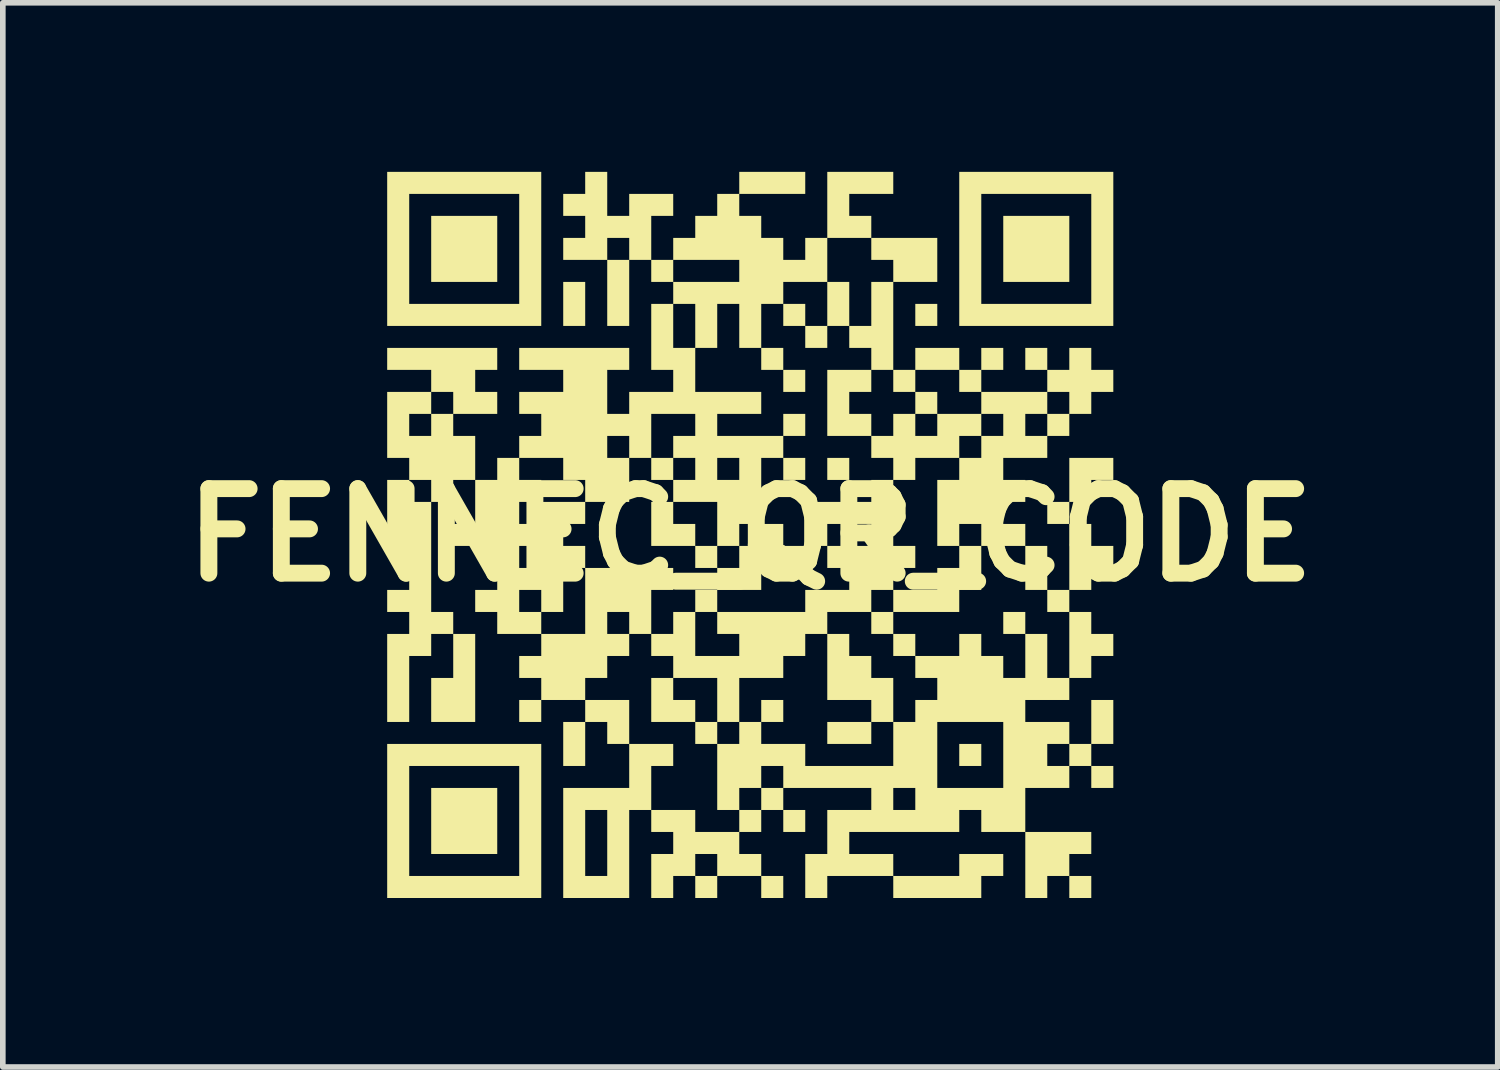
<source format=kicad_pcb>
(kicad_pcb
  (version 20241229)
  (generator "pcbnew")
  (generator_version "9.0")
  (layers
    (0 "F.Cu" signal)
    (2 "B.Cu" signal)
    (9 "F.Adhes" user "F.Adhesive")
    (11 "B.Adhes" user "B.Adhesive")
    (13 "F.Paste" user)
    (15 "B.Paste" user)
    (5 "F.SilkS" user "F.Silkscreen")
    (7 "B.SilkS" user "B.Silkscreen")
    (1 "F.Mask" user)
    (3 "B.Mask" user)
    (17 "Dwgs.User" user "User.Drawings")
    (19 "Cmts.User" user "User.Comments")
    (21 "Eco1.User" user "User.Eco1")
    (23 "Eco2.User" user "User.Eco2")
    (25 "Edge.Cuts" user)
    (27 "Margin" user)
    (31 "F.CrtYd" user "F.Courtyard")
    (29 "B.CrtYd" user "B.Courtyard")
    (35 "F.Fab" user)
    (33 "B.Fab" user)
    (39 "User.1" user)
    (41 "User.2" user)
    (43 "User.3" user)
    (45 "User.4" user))
  (footprint "FENNEC_QR_CODE"
    (layer "F.Cu")
    (at 10.264 6.443)
    (property "Reference" "FENNEC_QR_CODE" (at 0 0 0) (layer "F.SilkS") (effects (font (size 1.5 1.5) (thickness 0.3))))
    (attr board_only exclude_from_pos_files exclude_from_bom)
    (fp_poly (pts (xy -4.49 -5.076) (xy -4.49 -4.49) (xy -5.076 -4.49) (xy -5.662 -4.49) (xy -5.662 -5.076) (xy -5.662 -5.662) (xy -5.076 -5.662) (xy -4.49 -5.662)) (stroke (width 0) (type solid)) (fill yes) (layer "F.SilkS"))
    (fp_poly (pts (xy -4.49 5.076) (xy -4.49 5.662) (xy -5.076 5.662) (xy -5.662 5.662) (xy -5.662 5.076) (xy -5.662 4.49) (xy -5.076 4.49) (xy -4.49 4.49)) (stroke (width 0) (type solid)) (fill yes) (layer "F.SilkS"))
    (fp_poly (pts (xy -2.929 -4.1) (xy -2.929 -3.709) (xy -3.124 -3.709) (xy -3.319 -3.709) (xy -3.319 -4.1) (xy -3.319 -4.49) (xy -3.124 -4.49) (xy -2.929 -4.49)) (stroke (width 0) (type solid)) (fill yes) (layer "F.SilkS"))
    (fp_poly (pts (xy -1.367 -1.171) (xy -1.367 -0.976) (xy -1.562 -0.976) (xy -1.757 -0.976) (xy -1.757 -1.171) (xy -1.757 -1.367) (xy -1.562 -1.367) (xy -1.367 -1.367)) (stroke (width 0) (type solid)) (fill yes) (layer "F.SilkS"))
    (fp_poly (pts (xy 0.586 -3.124) (xy 0.586 -2.929) (xy 0.39 -2.929) (xy 0.195 -2.929) (xy 0.195 -3.124) (xy 0.195 -3.319) (xy 0.39 -3.319) (xy 0.586 -3.319)) (stroke (width 0) (type solid)) (fill yes) (layer "F.SilkS"))
    (fp_poly (pts (xy 0.586 3.124) (xy 0.586 3.319) (xy 0.39 3.319) (xy 0.195 3.319) (xy 0.195 3.124) (xy 0.195 2.929) (xy 0.39 2.929) (xy 0.586 2.929)) (stroke (width 0) (type solid)) (fill yes) (layer "F.SilkS"))
    (fp_poly (pts (xy 0.586 6.248) (xy 0.586 6.443) (xy 0.39 6.443) (xy 0.195 6.443) (xy 0.195 6.248) (xy 0.195 6.052) (xy 0.39 6.052) (xy 0.586 6.052)) (stroke (width 0) (type solid)) (fill yes) (layer "F.SilkS"))
    (fp_poly (pts (xy 0.976 -2.733) (xy 0.976 -2.538) (xy 0.781 -2.538) (xy 0.586 -2.538) (xy 0.586 -2.733) (xy 0.586 -2.929) (xy 0.781 -2.929) (xy 0.976 -2.929)) (stroke (width 0) (type solid)) (fill yes) (layer "F.SilkS"))
    (fp_poly (pts (xy 0.976 -1.952) (xy 0.976 -1.757) (xy 0.781 -1.757) (xy 0.586 -1.757) (xy 0.586 -1.952) (xy 0.586 -2.148) (xy 0.781 -2.148) (xy 0.976 -2.148)) (stroke (width 0) (type solid)) (fill yes) (layer "F.SilkS"))
    (fp_poly (pts (xy 0.976 -1.171) (xy 0.976 -0.976) (xy 0.781 -0.976) (xy 0.586 -0.976) (xy 0.586 -1.171) (xy 0.586 -1.367) (xy 0.781 -1.367) (xy 0.976 -1.367)) (stroke (width 0) (type solid)) (fill yes) (layer "F.SilkS"))
    (fp_poly (pts (xy 0.976 5.076) (xy 0.976 5.271) (xy 0.781 5.271) (xy 0.586 5.271) (xy 0.586 5.076) (xy 0.586 4.881) (xy 0.781 4.881) (xy 0.976 4.881)) (stroke (width 0) (type solid)) (fill yes) (layer "F.SilkS"))
    (fp_poly (pts (xy 1.757 -1.171) (xy 1.757 -0.976) (xy 1.562 -0.976) (xy 1.367 -0.976) (xy 1.367 -1.171) (xy 1.367 -1.367) (xy 1.562 -1.367) (xy 1.757 -1.367)) (stroke (width 0) (type solid)) (fill yes) (layer "F.SilkS"))
    (fp_poly (pts (xy 2.929 1.952) (xy 2.929 2.148) (xy 2.733 2.148) (xy 2.538 2.148) (xy 2.538 1.952) (xy 2.538 1.757) (xy 2.733 1.757) (xy 2.929 1.757)) (stroke (width 0) (type solid)) (fill yes) (layer "F.SilkS"))
    (fp_poly (pts (xy 3.319 -3.905) (xy 3.319 -3.709) (xy 3.124 -3.709) (xy 2.929 -3.709) (xy 2.929 -3.905) (xy 2.929 -4.1) (xy 3.124 -4.1) (xy 3.319 -4.1)) (stroke (width 0) (type solid)) (fill yes) (layer "F.SilkS"))
    (fp_poly (pts (xy 4.1 3.905) (xy 4.1 4.1) (xy 3.905 4.1) (xy 3.709 4.1) (xy 3.709 3.905) (xy 3.709 3.709) (xy 3.905 3.709) (xy 4.1 3.709)) (stroke (width 0) (type solid)) (fill yes) (layer "F.SilkS"))
    (fp_poly (pts (xy 4.881 1.562) (xy 4.881 1.757) (xy 4.686 1.757) (xy 4.49 1.757) (xy 4.49 1.562) (xy 4.49 1.367) (xy 4.686 1.367) (xy 4.881 1.367)) (stroke (width 0) (type solid)) (fill yes) (layer "F.SilkS"))
    (fp_poly (pts (xy 5.662 -5.076) (xy 5.662 -4.49) (xy 5.076 -4.49) (xy 4.49 -4.49) (xy 4.49 -5.076) (xy 4.49 -5.662) (xy 5.076 -5.662) (xy 5.662 -5.662)) (stroke (width 0) (type solid)) (fill yes) (layer "F.SilkS"))
    (fp_poly (pts (xy 6.052 6.248) (xy 6.052 6.443) (xy 5.857 6.443) (xy 5.662 6.443) (xy 5.662 6.248) (xy 5.662 6.052) (xy 5.857 6.052) (xy 6.052 6.052)) (stroke (width 0) (type solid)) (fill yes) (layer "F.SilkS"))
    (fp_poly (pts (xy 6.443 4.295) (xy 6.443 4.49) (xy 6.248 4.49) (xy 6.052 4.49) (xy 6.052 4.295) (xy 6.052 4.1) (xy 6.248 4.1) (xy 6.443 4.1)) (stroke (width 0) (type solid)) (fill yes) (layer "F.SilkS"))
    (fp_poly (pts (xy -4.881 2.538) (xy -4.881 3.319) (xy -5.271 3.319) (xy -5.662 3.319) (xy -5.662 2.929) (xy -5.662 2.538) (xy -5.467 2.538) (xy -5.271 2.538) (xy -5.271 2.148) (xy -5.271 1.757) (xy -5.076 1.757) (xy -4.881 1.757)) (stroke (width 0) (type solid)) (fill yes) (layer "F.SilkS"))
    (fp_poly (pts (xy -1.367 -0.39) (xy -1.367 -0.195) (xy -1.171 -0.195) (xy -0.976 -0.195) (xy -0.976 -0.000001) (xy -0.976 0.195) (xy -1.367 0.195) (xy -1.757 0.195) (xy -1.757 -0.195) (xy -1.757 -0.586) (xy -1.562 -0.586) (xy -1.367 -0.586)) (stroke (width 0) (type solid)) (fill yes) (layer "F.SilkS"))
    (fp_poly (pts (xy 6.052 5.467) (xy 6.052 5.662) (xy 5.857 5.662) (xy 5.662 5.662) (xy 5.662 5.857) (xy 5.662 6.052) (xy 5.467 6.052) (xy 5.271 6.052) (xy 5.271 6.248) (xy 5.271 6.443) (xy 5.076 6.443) (xy 4.881 6.443) (xy 4.881 5.857) (xy 4.881 5.271) (xy 5.467 5.271) (xy 6.052 5.271)) (stroke (width 0) (type solid)) (fill yes) (layer "F.SilkS"))
    (fp_poly (pts (xy -3.709 -5.076) (xy -3.709 -3.709) (xy -5.076 -3.709) (xy -6.443 -3.709) (xy -6.443 -5.076) (xy -6.052 -5.076) (xy -6.052 -4.1) (xy -5.076 -4.1) (xy -4.1 -4.1) (xy -4.1 -5.076) (xy -4.1 -6.052) (xy -5.076 -6.052) (xy -6.052 -6.052) (xy -6.052 -5.076) (xy -6.443 -5.076) (xy -6.443 -6.443) (xy -5.076 -6.443) (xy -3.709 -6.443)) (stroke (width 0) (type solid)) (fill yes) (layer "F.SilkS"))
    (fp_poly (pts (xy -3.709 5.076) (xy -3.709 6.443) (xy -5.076 6.443) (xy -6.443 6.443) (xy -6.443 5.076) (xy -6.052 5.076) (xy -6.052 6.052) (xy -5.076 6.052) (xy -4.1 6.052) (xy -4.1 5.076) (xy -4.1 4.1) (xy -5.076 4.1) (xy -6.052 4.1) (xy -6.052 5.076) (xy -6.443 5.076) (xy -6.443 3.709) (xy -5.076 3.709) (xy -3.709 3.709)) (stroke (width 0) (type solid)) (fill yes) (layer "F.SilkS"))
    (fp_poly (pts (xy 6.443 -5.076) (xy 6.443 -3.709) (xy 5.076 -3.709) (xy 3.709 -3.709) (xy 3.709 -5.076) (xy 4.1 -5.076) (xy 4.1 -4.1) (xy 5.076 -4.1) (xy 6.052 -4.1) (xy 6.052 -5.076) (xy 6.052 -6.052) (xy 5.076 -6.052) (xy 4.1 -6.052) (xy 4.1 -5.076) (xy 3.709 -5.076) (xy 3.709 -6.443) (xy 5.076 -6.443) (xy 6.443 -6.443)) (stroke (width 0) (type solid)) (fill yes) (layer "F.SilkS"))
    (fp_poly (pts (xy -2.148 3.319) (xy -2.148 3.709) (xy -2.343 3.709) (xy -2.538 3.709) (xy -2.538 3.514) (xy -2.538 3.319) (xy -2.733 3.319) (xy -2.929 3.319) (xy -2.929 3.709) (xy -2.929 4.1) (xy -3.124 4.1) (xy -3.319 4.1) (xy -3.319 3.709) (xy -3.319 3.319) (xy -3.124 3.319) (xy -2.929 3.319) (xy -2.929 3.124) (xy -2.929 2.929) (xy -2.538 2.929) (xy -2.148 2.929)) (stroke (width 0) (type solid)) (fill yes) (layer "F.SilkS"))
    (fp_poly (pts (xy 6.443 -1.171) (xy 6.443 -0.976) (xy 6.248 -0.976) (xy 6.052 -0.976) (xy 6.052 -0.781) (xy 6.052 -0.586) (xy 5.857 -0.586) (xy 5.662 -0.586) (xy 5.662 -0.39) (xy 5.662 -0.195) (xy 5.467 -0.195) (xy 5.271 -0.195) (xy 5.271 -0.39) (xy 5.271 -0.586) (xy 5.467 -0.586) (xy 5.662 -0.586) (xy 5.662 -0.976) (xy 5.662 -1.367) (xy 6.052 -1.367) (xy 6.443 -1.367)) (stroke (width 0) (type solid)) (fill yes) (layer "F.SilkS"))
    (fp_poly (pts (xy 1.757 -4.1) (xy 1.757 -3.709) (xy 1.562 -3.709) (xy 1.367 -3.709) (xy 1.367 -3.514) (xy 1.367 -3.319) (xy 1.171 -3.319) (xy 0.976 -3.319) (xy 0.976 -3.514) (xy 0.976 -3.709) (xy 0.781 -3.709) (xy 0.586 -3.709) (xy 0.586 -3.905) (xy 0.586 -4.1) (xy 0.781 -4.1) (xy 0.976 -4.1) (xy 0.976 -3.905) (xy 0.976 -3.709) (xy 1.171 -3.709) (xy 1.367 -3.709) (xy 1.367 -4.1) (xy 1.367 -4.49) (xy 1.562 -4.49) (xy 1.757 -4.49)) (stroke (width 0) (type solid)) (fill yes) (layer "F.SilkS"))
    (fp_poly (pts (xy 1.757 1.952) (xy 1.757 2.148) (xy 1.952 2.148) (xy 2.148 2.148) (xy 2.148 2.343) (xy 2.148 2.538) (xy 2.343 2.538) (xy 2.538 2.538) (xy 2.538 2.929) (xy 2.538 3.319) (xy 2.343 3.319) (xy 2.148 3.319) (xy 2.148 3.514) (xy 2.148 3.709) (xy 1.757 3.709) (xy 1.367 3.709) (xy 1.367 3.514) (xy 1.367 3.319) (xy 1.757 3.319) (xy 2.148 3.319) (xy 2.148 3.124) (xy 2.148 2.929) (xy 1.757 2.929) (xy 1.367 2.929) (xy 1.367 2.343) (xy 1.367 1.757) (xy 1.562 1.757) (xy 1.757 1.757)) (stroke (width 0) (type solid)) (fill yes) (layer "F.SilkS"))
    (fp_poly (pts (xy -1.367 3.905) (xy -1.367 4.1) (xy -1.562 4.1) (xy -1.757 4.1) (xy -1.757 4.49) (xy -1.757 4.881) (xy -1.952 4.881) (xy -2.148 4.881) (xy -2.148 5.662) (xy -2.148 6.443) (xy -2.733 6.443) (xy -3.319 6.443) (xy -3.319 5.467) (xy -2.929 5.467) (xy -2.929 6.052) (xy -2.733 6.052) (xy -2.538 6.052) (xy -2.538 5.467) (xy -2.538 4.881) (xy -2.733 4.881) (xy -2.929 4.881) (xy -2.929 5.467) (xy -3.319 5.467) (xy -3.319 4.49) (xy -2.733 4.49) (xy -2.148 4.49) (xy -2.148 4.1) (xy -2.148 3.709) (xy -1.757 3.709) (xy -1.367 3.709)) (stroke (width 0) (type solid)) (fill yes) (layer "F.SilkS"))
    (fp_poly (pts (xy 6.052 -0.000001) (xy 6.052 0.195) (xy 6.248 0.195) (xy 6.443 0.195) (xy 6.443 0.39) (xy 6.443 0.586) (xy 6.248 0.586) (xy 6.052 0.586) (xy 6.052 0.781) (xy 6.052 0.976) (xy 5.857 0.976) (xy 5.662 0.976) (xy 5.662 1.171) (xy 5.662 1.367) (xy 5.467 1.367) (xy 5.271 1.367) (xy 5.271 1.171) (xy 5.271 0.976) (xy 5.076 0.976) (xy 4.881 0.976) (xy 4.881 0.586) (xy 4.881 0.195) (xy 5.076 0.195) (xy 5.271 0.195) (xy 5.271 0.586) (xy 5.271 0.976) (xy 5.467 0.976) (xy 5.662 0.976) (xy 5.662 0.39) (xy 5.662 -0.195) (xy 5.857 -0.195) (xy 6.052 -0.195)) (stroke (width 0) (type solid)) (fill yes) (layer "F.SilkS"))
    (fp_poly (pts (xy 3.319 -4.881) (xy 3.319 -4.49) (xy 2.929 -4.49) (xy 2.538 -4.49) (xy 2.538 -3.709) (xy 2.538 -2.929) (xy 2.733 -2.929) (xy 2.929 -2.929) (xy 2.929 -3.124) (xy 2.929 -3.319) (xy 3.319 -3.319) (xy 3.709 -3.319) (xy 3.709 -3.124) (xy 3.709 -2.929) (xy 3.905 -2.929) (xy 4.1 -2.929) (xy 4.1 -3.124) (xy 4.1 -3.319) (xy 4.295 -3.319) (xy 4.49 -3.319) (xy 4.49 -3.124) (xy 4.49 -2.929) (xy 4.295 -2.929) (xy 4.1 -2.929) (xy 4.1 -2.733) (xy 4.1 -2.538) (xy 4.686 -2.538) (xy 5.271 -2.538) (xy 5.271 -2.733) (xy 5.271 -2.929) (xy 5.076 -2.929) (xy 4.881 -2.929) (xy 4.881 -3.124) (xy 4.881 -3.319) (xy 5.076 -3.319) (xy 5.271 -3.319) (xy 5.271 -3.124) (xy 5.271 -2.929) (xy 5.467 -2.929) (xy 5.662 -2.929) (xy 5.662 -3.124) (xy 5.662 -3.319) (xy 5.857 -3.319) (xy 6.052 -3.319) (xy 6.052 -3.124) (xy 6.052 -2.929) (xy 6.248 -2.929) (xy 6.443 -2.929) (xy 6.443 -2.733) (xy 6.443 -2.538) (xy 6.248 -2.538) (xy 6.052 -2.538) (xy 6.052 -2.343) (xy 6.052 -2.148) (xy 5.857 -2.148) (xy 5.662 -2.148) (xy 5.662 -1.952) (xy 5.662 -1.757) (xy 5.467 -1.757) (xy 5.271 -1.757) (xy 5.271 -1.562) (xy 5.271 -1.367) (xy 4.881 -1.367) (xy 4.49 -1.367) (xy 4.49 -1.171) (xy 4.49 -0.976) (xy 4.686 -0.976) (xy 4.881 -0.976) (xy 4.881 -0.781) (xy 4.881 -0.586) (xy 4.686 -0.586) (xy 4.49 -0.586) (xy 4.49 -0.39) (xy 4.49 -0.195) (xy 4.686 -0.195) (xy 4.881 -0.195) (xy 4.881 -0.000001) (xy 4.881 0.195) (xy 4.49 0.195) (xy 4.1 0.195) (xy 4.1 -0.000001) (xy 4.1 -0.195) (xy 3.905 -0.195) (xy 3.709 -0.195) (xy 3.709 -0.000001) (xy 3.709 0.195) (xy 3.514 0.195) (xy 3.319 0.195) (xy 3.319 -0.39) (xy 3.319 -0.976) (xy 3.514 -0.976) (xy 3.709 -0.976) (xy 3.709 -1.171) (xy 3.709 -1.367) (xy 3.905 -1.367) (xy 4.1 -1.367) (xy 4.1 -1.562) (xy 4.1 -1.757) (xy 4.295 -1.757) (xy 4.49 -1.757) (xy 4.49 -1.952) (xy 4.49 -2.148) (xy 4.881 -2.148) (xy 4.881 -1.952) (xy 4.881 -1.757) (xy 5.076 -1.757) (xy 5.271 -1.757) (xy 5.271 -1.952) (xy 5.271 -2.148) (xy 5.467 -2.148) (xy 5.662 -2.148) (xy 5.662 -2.343) (xy 5.662 -2.538) (xy 5.467 -2.538) (xy 5.271 -2.538) (xy 5.271 -2.343) (xy 5.271 -2.148) (xy 5.076 -2.148) (xy 4.881 -2.148) (xy 4.49 -2.148) (xy 4.295 -2.148) (xy 4.1 -2.148) (xy 4.1 -2.343) (xy 4.1 -2.538) (xy 3.905 -2.538) (xy 3.709 -2.538) (xy 3.709 -2.733) (xy 3.709 -2.929) (xy 3.319 -2.929) (xy 2.929 -2.929) (xy 2.929 -2.733) (xy 2.929 -2.538) (xy 2.733 -2.538) (xy 2.538 -2.538) (xy 2.538 -2.733) (xy 2.538 -2.929) (xy 2.343 -2.929) (xy 2.148 -2.929) (xy 2.148 -3.124) (xy 2.148 -3.319) (xy 1.952 -3.319) (xy 1.757 -3.319) (xy 1.757 -3.514) (xy 1.757 -3.709) (xy 1.952 -3.709) (xy 2.148 -3.709) (xy 2.148 -4.1) (xy 2.148 -4.49) (xy 2.343 -4.49) (xy 2.538 -4.49) (xy 2.538 -4.686) (xy 2.538 -4.881) (xy 2.343 -4.881) (xy 2.148 -4.881) (xy 2.148 -5.076) (xy 2.148 -5.271) (xy 2.733 -5.271) (xy 3.319 -5.271)) (stroke (width 0) (type solid)) (fill yes) (layer "F.SilkS"))
    (fp_poly (pts (xy 2.148 -2.733) (xy 2.148 -2.538) (xy 1.952 -2.538) (xy 1.757 -2.538) (xy 1.757 -2.343) (xy 1.757 -2.148) (xy 1.952 -2.148) (xy 2.148 -2.148) (xy 2.148 -1.952) (xy 2.148 -1.757) (xy 2.343 -1.757) (xy 2.538 -1.757) (xy 2.538 -1.952) (xy 2.538 -2.148) (xy 2.733 -2.148) (xy 2.929 -2.148) (xy 2.929 -2.343) (xy 2.929 -2.538) (xy 3.124 -2.538) (xy 3.319 -2.538) (xy 3.319 -2.343) (xy 3.319 -2.148) (xy 3.124 -2.148) (xy 2.929 -2.148) (xy 2.929 -1.952) (xy 2.929 -1.757) (xy 3.124 -1.757) (xy 3.319 -1.757) (xy 3.319 -1.952) (xy 3.319 -2.148) (xy 3.709 -2.148) (xy 4.1 -2.148) (xy 4.1 -1.952) (xy 4.1 -1.757) (xy 3.905 -1.757) (xy 3.709 -1.757) (xy 3.709 -1.562) (xy 3.709 -1.367) (xy 3.319 -1.367) (xy 2.929 -1.367) (xy 2.929 -1.171) (xy 2.929 -0.976) (xy 2.733 -0.976) (xy 2.538 -0.976) (xy 2.538 -0.39) (xy 2.538 0.195) (xy 2.733 0.195) (xy 2.929 0.195) (xy 2.929 0.39) (xy 2.929 0.586) (xy 2.733 0.586) (xy 2.538 0.586) (xy 2.538 0.781) (xy 2.538 0.976) (xy 2.929 0.976) (xy 3.319 0.976) (xy 3.319 0.781) (xy 3.319 0.586) (xy 3.514 0.586) (xy 3.709 0.586) (xy 3.709 0.39) (xy 3.709 0.195) (xy 3.905 0.195) (xy 4.1 0.195) (xy 4.1 0.586) (xy 4.1 0.976) (xy 3.905 0.976) (xy 3.709 0.976) (xy 3.709 1.171) (xy 3.709 1.367) (xy 3.124 1.367) (xy 2.538 1.367) (xy 2.538 1.562) (xy 2.538 1.757) (xy 2.343 1.757) (xy 2.148 1.757) (xy 2.148 1.562) (xy 2.148 1.367) (xy 1.757 1.367) (xy 1.367 1.367) (xy 1.367 1.562) (xy 1.367 1.757) (xy 1.171 1.757) (xy 0.976 1.757) (xy 0.976 1.952) (xy 0.976 2.148) (xy 0.781 2.148) (xy 0.586 2.148) (xy 0.586 2.343) (xy 0.586 2.538) (xy 0.195 2.538) (xy -0.195 2.538) (xy -0.195 2.929) (xy -0.195 3.319) (xy -0.39 3.319) (xy -0.586 3.319) (xy -0.586 3.514) (xy -0.586 3.709) (xy -0.781 3.709) (xy -0.976 3.709) (xy -0.976 3.514) (xy -0.976 3.319) (xy -1.367 3.319) (xy -1.757 3.319) (xy -1.757 2.929) (xy -1.757 2.733) (xy -1.367 2.733) (xy -1.367 2.929) (xy -1.171 2.929) (xy -0.976 2.929) (xy -0.976 3.124) (xy -0.976 3.319) (xy -0.781 3.319) (xy -0.586 3.319) (xy -0.586 2.929) (xy -0.586 2.538) (xy -0.976 2.538) (xy -1.367 2.538) (xy -1.367 2.733) (xy -1.757 2.733) (xy -1.757 2.538) (xy -1.562 2.538) (xy -1.367 2.538) (xy -1.367 2.343) (xy -1.367 2.148) (xy -1.562 2.148) (xy -1.757 2.148) (xy -1.757 1.952) (xy -1.757 1.757) (xy -1.562 1.757) (xy -1.367 1.757) (xy -1.367 1.562) (xy -1.367 1.367) (xy -1.171 1.367) (xy -0.976 1.367) (xy -0.976 1.757) (xy -0.976 2.148) (xy -0.586 2.148) (xy -0.195 2.148) (xy -0.195 1.952) (xy -0.195 1.757) (xy -0.39 1.757) (xy -0.586 1.757) (xy -0.586 1.562) (xy -0.586 1.367) (xy 0.195 1.367) (xy 0.976 1.367) (xy 0.976 1.171) (xy 2.148 1.171) (xy 2.148 1.367) (xy 2.343 1.367) (xy 2.538 1.367) (xy 2.538 1.171) (xy 2.538 0.976) (xy 2.343 0.976) (xy 2.148 0.976) (xy 2.148 1.171) (xy 0.976 1.171) (xy 0.976 0.976) (xy 1.367 0.976) (xy 1.757 0.976) (xy 1.757 0.781) (xy 1.757 0.586) (xy 1.562 0.586) (xy 1.367 0.586) (xy 1.367 0.39) (xy 1.367 0.195) (xy 1.757 0.195) (xy 2.148 0.195) (xy 2.148 -0.000001) (xy 2.148 -0.195) (xy 1.757 -0.195) (xy 1.367 -0.195) (xy 1.367 -0.000001) (xy 1.367 0.195) (xy 1.171 0.195) (xy 0.976 0.195) (xy 0.976 0.39) (xy 0.976 0.586) (xy 0.586 0.586) (xy 0.195 0.586) (xy 0.195 0.781) (xy 0.195 0.976) (xy -0.195 0.976) (xy -0.586 0.976) (xy -0.586 1.171) (xy -0.586 1.367) (xy -0.781 1.367) (xy -0.976 1.367) (xy -0.976 1.171) (xy -0.976 0.976) (xy -0.781 0.976) (xy -0.586 0.976) (xy -0.586 0.781) (xy -0.586 0.586) (xy -0.781 0.586) (xy -0.976 0.586) (xy -0.976 0.39) (xy -0.976 0.195) (xy -0.781 0.195) (xy -0.586 0.195) (xy -0.586 0.39) (xy -0.586 0.586) (xy -0.39 0.586) (xy -0.195 0.586) (xy -0.195 0.39) (xy -0.195 0.195) (xy -0.000001 0.195) (xy 0.195 0.195) (xy 0.195 -0.000001) (xy 0.195 -0.195) (xy 0.39 -0.195) (xy 0.586 -0.195) (xy 0.586 -0.000001) (xy 0.586 0.195) (xy 0.781 0.195) (xy 0.976 0.195) (xy 0.976 -0.195) (xy 0.976 -0.586) (xy 1.562 -0.586) (xy 2.148 -0.586) (xy 2.148 -0.781) (xy 2.148 -0.976) (xy 2.343 -0.976) (xy 2.538 -0.976) (xy 2.538 -1.171) (xy 2.538 -1.367) (xy 2.343 -1.367) (xy 2.148 -1.367) (xy 2.148 -1.562) (xy 2.148 -1.757) (xy 1.757 -1.757) (xy 1.367 -1.757) (xy 1.367 -2.343) (xy 1.367 -2.929) (xy 1.757 -2.929) (xy 2.148 -2.929)) (stroke (width 0) (type solid)) (fill yes) (layer "F.SilkS"))
    (fp_poly (pts (xy 6.052 1.562) (xy 6.052 1.757) (xy 6.248 1.757) (xy 6.443 1.757) (xy 6.443 1.952) (xy 6.443 2.148) (xy 6.248 2.148) (xy 6.052 2.148) (xy 6.052 2.343) (xy 6.052 2.538) (xy 5.857 2.538) (xy 5.662 2.538) (xy 5.662 2.733) (xy 5.662 2.929) (xy 5.271 2.929) (xy 4.881 2.929) (xy 4.881 3.124) (xy 4.881 3.319) (xy 5.271 3.319) (xy 5.662 3.319) (xy 5.662 3.514) (xy 5.662 3.709) (xy 5.857 3.709) (xy 6.052 3.709) (xy 6.052 3.319) (xy 6.052 2.929) (xy 6.248 2.929) (xy 6.443 2.929) (xy 6.443 3.319) (xy 6.443 3.709) (xy 6.248 3.709) (xy 6.052 3.709) (xy 6.052 3.905) (xy 6.052 4.1) (xy 5.857 4.1) (xy 5.662 4.1) (xy 5.662 4.295) (xy 5.662 4.49) (xy 5.271 4.49) (xy 4.881 4.49) (xy 4.881 4.881) (xy 4.881 5.271) (xy 4.49 5.271) (xy 4.1 5.271) (xy 4.1 5.076) (xy 4.1 4.881) (xy 3.905 4.881) (xy 3.709 4.881) (xy 3.709 5.076) (xy 3.709 5.271) (xy 2.733 5.271) (xy 1.757 5.271) (xy 1.757 5.467) (xy 1.757 5.662) (xy 2.148 5.662) (xy 2.538 5.662) (xy 2.538 5.857) (xy 2.538 6.052) (xy 3.124 6.052) (xy 3.709 6.052) (xy 3.709 5.857) (xy 3.709 5.662) (xy 4.1 5.662) (xy 4.49 5.662) (xy 4.49 5.857) (xy 4.49 6.052) (xy 4.295 6.052) (xy 4.1 6.052) (xy 4.1 6.248) (xy 4.1 6.443) (xy 3.319 6.443) (xy 2.538 6.443) (xy 2.538 6.248) (xy 2.538 6.052) (xy 1.952 6.052) (xy 1.367 6.052) (xy 1.367 6.248) (xy 1.367 6.443) (xy 1.171 6.443) (xy 0.976 6.443) (xy 0.976 6.052) (xy 0.976 5.662) (xy 1.171 5.662) (xy 1.367 5.662) (xy 1.367 5.271) (xy 1.367 4.881) (xy 1.757 4.881) (xy 2.148 4.881) (xy 2.148 4.686) (xy 2.538 4.686) (xy 2.538 4.881) (xy 2.733 4.881) (xy 2.929 4.881) (xy 2.929 4.686) (xy 2.929 4.49) (xy 2.733 4.49) (xy 2.538 4.49) (xy 2.538 4.686) (xy 2.148 4.686) (xy 2.148 4.49) (xy 1.367 4.49) (xy 0.586 4.49) (xy 0.586 4.686) (xy 0.586 4.881) (xy 0.39 4.881) (xy 0.195 4.881) (xy 0.195 5.076) (xy 0.195 5.271) (xy -0.000001 5.271) (xy -0.195 5.271) (xy -0.195 5.467) (xy -0.195 5.662) (xy -0.000001 5.662) (xy 0.195 5.662) (xy 0.195 5.857) (xy 0.195 6.052) (xy -0.195 6.052) (xy -0.586 6.052) (xy -0.586 6.248) (xy -0.586 6.443) (xy -0.781 6.443) (xy -0.976 6.443) (xy -0.976 6.248) (xy -0.976 6.052) (xy -1.171 6.052) (xy -1.367 6.052) (xy -1.367 6.248) (xy -1.367 6.443) (xy -1.562 6.443) (xy -1.757 6.443) (xy -1.757 6.052) (xy -1.757 5.857) (xy -0.976 5.857) (xy -0.976 6.052) (xy -0.781 6.052) (xy -0.586 6.052) (xy -0.586 5.857) (xy -0.586 5.662) (xy -0.781 5.662) (xy -0.976 5.662) (xy -0.976 5.857) (xy -1.757 5.857) (xy -1.757 5.662) (xy -1.562 5.662) (xy -1.367 5.662) (xy -1.367 5.467) (xy -1.367 5.271) (xy -1.562 5.271) (xy -1.757 5.271) (xy -1.757 5.076) (xy -1.757 4.881) (xy -1.367 4.881) (xy -0.976 4.881) (xy -0.976 5.076) (xy -0.976 5.271) (xy -0.586 5.271) (xy -0.195 5.271) (xy -0.195 5.076) (xy -0.195 4.881) (xy -0.000001 4.881) (xy 0.195 4.881) (xy 0.195 4.686) (xy 0.195 4.49) (xy 0.39 4.49) (xy 0.586 4.49) (xy 0.586 4.295) (xy 0.586 4.1) (xy 0.39 4.1) (xy 0.195 4.1) (xy 0.195 4.295) (xy 0.195 4.49) (xy -0.000001 4.49) (xy -0.195 4.49) (xy -0.195 4.686) (xy -0.195 4.881) (xy -0.39 4.881) (xy -0.586 4.881) (xy -0.586 4.295) (xy -0.586 3.709) (xy -0.39 3.709) (xy -0.195 3.709) (xy -0.195 3.514) (xy -0.195 3.319) (xy -0.000001 3.319) (xy 0.195 3.319) (xy 0.195 3.514) (xy 0.195 3.709) (xy 0.586 3.709) (xy 0.976 3.709) (xy 0.976 3.905) (xy 0.976 4.1) (xy 1.757 4.1) (xy 2.538 4.1) (xy 2.538 3.905) (xy 3.319 3.905) (xy 3.319 4.49) (xy 3.905 4.49) (xy 4.49 4.49) (xy 4.49 3.905) (xy 5.271 3.905) (xy 5.271 4.1) (xy 5.467 4.1) (xy 5.662 4.1) (xy 5.662 3.905) (xy 5.662 3.709) (xy 5.467 3.709) (xy 5.271 3.709) (xy 5.271 3.905) (xy 4.49 3.905) (xy 4.49 3.319) (xy 3.905 3.319) (xy 3.319 3.319) (xy 3.319 3.905) (xy 2.538 3.905) (xy 2.538 3.709) (xy 2.538 3.319) (xy 2.733 3.319) (xy 2.929 3.319) (xy 2.929 3.124) (xy 2.929 2.929) (xy 3.124 2.929) (xy 3.319 2.929) (xy 3.319 2.733) (xy 3.319 2.538) (xy 3.124 2.538) (xy 2.929 2.538) (xy 2.929 2.343) (xy 2.929 2.148) (xy 3.319 2.148) (xy 3.709 2.148) (xy 3.709 1.952) (xy 3.709 1.757) (xy 3.905 1.757) (xy 4.1 1.757) (xy 4.1 1.952) (xy 4.1 2.148) (xy 4.295 2.148) (xy 4.49 2.148) (xy 4.49 2.343) (xy 4.49 2.538) (xy 4.686 2.538) (xy 4.881 2.538) (xy 4.881 2.148) (xy 4.881 1.757) (xy 5.076 1.757) (xy 5.271 1.757) (xy 5.271 2.148) (xy 5.271 2.538) (xy 5.467 2.538) (xy 5.662 2.538) (xy 5.662 1.952) (xy 5.662 1.367) (xy 5.857 1.367) (xy 6.052 1.367)) (stroke (width 0) (type solid)) (fill yes) (layer "F.SilkS"))
    (fp_poly (pts (xy -2.538 -6.052) (xy -2.538 -5.662) (xy -2.343 -5.662) (xy -2.148 -5.662) (xy -2.148 -5.857) (xy -2.148 -6.052) (xy -1.757 -6.052) (xy -1.367 -6.052) (xy -1.367 -5.857) (xy -1.367 -5.662) (xy -1.562 -5.662) (xy -1.757 -5.662) (xy -1.757 -5.271) (xy -1.757 -4.881) (xy -1.562 -4.881) (xy -1.367 -4.881) (xy -1.367 -5.076) (xy -1.367 -5.271) (xy -1.171 -5.271) (xy -0.976 -5.271) (xy -0.976 -5.467) (xy -0.976 -5.662) (xy -0.781 -5.662) (xy -0.586 -5.662) (xy -0.586 -5.857) (xy -0.586 -6.052) (xy -0.39 -6.052) (xy -0.195 -6.052) (xy -0.195 -6.248) (xy -0.195 -6.443) (xy 0.39 -6.443) (xy 0.976 -6.443) (xy 0.976 -6.248) (xy 0.976 -6.052) (xy 0.39 -6.052) (xy -0.195 -6.052) (xy -0.195 -5.857) (xy -0.195 -5.662) (xy -0.000001 -5.662) (xy 0.195 -5.662) (xy 0.195 -5.467) (xy 0.195 -5.271) (xy 0.39 -5.271) (xy 0.586 -5.271) (xy 0.586 -5.076) (xy 0.586 -4.881) (xy 0.781 -4.881) (xy 0.976 -4.881) (xy 0.976 -5.076) (xy 0.976 -5.271) (xy 1.171 -5.271) (xy 1.367 -5.271) (xy 1.367 -5.857) (xy 1.367 -6.443) (xy 1.952 -6.443) (xy 2.538 -6.443) (xy 2.538 -6.248) (xy 2.538 -6.052) (xy 2.148 -6.052) (xy 1.757 -6.052) (xy 1.757 -5.857) (xy 1.757 -5.662) (xy 1.952 -5.662) (xy 2.148 -5.662) (xy 2.148 -5.467) (xy 2.148 -5.271) (xy 1.757 -5.271) (xy 1.367 -5.271) (xy 1.367 -4.881) (xy 1.367 -4.49) (xy 0.976 -4.49) (xy 0.586 -4.49) (xy 0.586 -4.295) (xy 0.586 -4.1) (xy 0.39 -4.1) (xy 0.195 -4.1) (xy 0.195 -3.709) (xy 0.195 -3.319) (xy -0.000001 -3.319) (xy -0.195 -3.319) (xy -0.195 -3.709) (xy -0.195 -4.1) (xy -0.39 -4.1) (xy -0.586 -4.1) (xy -0.586 -3.709) (xy -0.586 -3.319) (xy -0.781 -3.319) (xy -0.976 -3.319) (xy -0.976 -3.709) (xy -0.976 -4.1) (xy -1.171 -4.1) (xy -1.367 -4.1) (xy -1.367 -3.709) (xy -1.367 -3.319) (xy -1.171 -3.319) (xy -0.976 -3.319) (xy -0.976 -2.929) (xy -0.976 -2.538) (xy -0.39 -2.538) (xy 0.195 -2.538) (xy 0.195 -2.343) (xy 0.195 -2.148) (xy -0.195 -2.148) (xy -0.586 -2.148) (xy -0.586 -1.952) (xy -0.586 -1.757) (xy -0.000001 -1.757) (xy 0.586 -1.757) (xy 0.586 -1.562) (xy 0.586 -1.367) (xy 0.39 -1.367) (xy 0.195 -1.367) (xy 0.195 -0.781) (xy 0.195 -0.195) (xy -0.000001 -0.195) (xy -0.195 -0.195) (xy -0.195 -0.000001) (xy -0.195 0.195) (xy -0.39 0.195) (xy -0.586 0.195) (xy -0.586 -0.195) (xy -0.586 -0.586) (xy -0.976 -0.586) (xy -1.367 -0.586) (xy -1.367 -0.781) (xy -1.367 -0.976) (xy -1.171 -0.976) (xy -0.976 -0.976) (xy -0.976 -1.171) (xy -0.586 -1.171) (xy -0.586 -0.976) (xy -0.39 -0.976) (xy -0.195 -0.976) (xy -0.195 -1.171) (xy -0.195 -1.367) (xy -0.39 -1.367) (xy -0.586 -1.367) (xy -0.586 -1.171) (xy -0.976 -1.171) (xy -0.976 -1.367) (xy -1.171 -1.367) (xy -1.367 -1.367) (xy -1.367 -1.562) (xy -1.367 -1.757) (xy -1.171 -1.757) (xy -0.976 -1.757) (xy -0.976 -1.952) (xy -0.976 -2.148) (xy -1.367 -2.148) (xy -1.757 -2.148) (xy -1.757 -1.757) (xy -1.757 -1.367) (xy -1.952 -1.367) (xy -2.148 -1.367) (xy -2.148 -1.562) (xy -2.148 -1.757) (xy -2.343 -1.757) (xy -2.538 -1.757) (xy -2.538 -1.562) (xy -2.538 -1.367) (xy -2.343 -1.367) (xy -2.148 -1.367) (xy -2.148 -0.976) (xy -2.148 -0.586) (xy -2.538 -0.586) (xy -2.929 -0.586) (xy -2.929 -0.781) (xy -2.929 -0.976) (xy -3.124 -0.976) (xy -3.319 -0.976) (xy -3.319 -1.171) (xy -3.319 -1.367) (xy -3.709 -1.367) (xy -4.1 -1.367) (xy -4.1 -1.171) (xy -4.1 -0.976) (xy -3.905 -0.976) (xy -3.709 -0.976) (xy -3.709 -0.781) (xy -3.709 -0.586) (xy -3.905 -0.586) (xy -4.1 -0.586) (xy -4.1 -0.39) (xy -4.1 -0.195) (xy -3.905 -0.195) (xy -3.709 -0.195) (xy -3.709 -0.39) (xy -3.709 -0.586) (xy -3.319 -0.586) (xy -2.929 -0.586) (xy -2.929 -0.39) (xy -2.929 -0.195) (xy -3.124 -0.195) (xy -3.319 -0.195) (xy -3.319 -0.000001) (xy -3.319 0.195) (xy -3.124 0.195) (xy -2.929 0.195) (xy -2.929 0.39) (xy -2.929 0.586) (xy -3.124 0.586) (xy -3.319 0.586) (xy -3.319 0.976) (xy -3.319 1.367) (xy -3.514 1.367) (xy -3.709 1.367) (xy -3.709 1.171) (xy -3.709 0.976) (xy -3.905 0.976) (xy -4.1 0.976) (xy -4.1 1.171) (xy -4.1 1.367) (xy -3.905 1.367) (xy -3.709 1.367) (xy -3.709 1.562) (xy -3.709 1.757) (xy -3.319 1.757) (xy -2.929 1.757) (xy -2.929 1.171) (xy -2.929 0.586) (xy -2.148 0.586) (xy -1.367 0.586) (xy -1.367 0.781) (xy -1.367 0.976) (xy -1.562 0.976) (xy -1.757 0.976) (xy -1.757 1.367) (xy -1.757 1.757) (xy -1.952 1.757) (xy -2.148 1.757) (xy -2.148 1.562) (xy -2.148 1.367) (xy -2.343 1.367) (xy -2.538 1.367) (xy -2.538 1.562) (xy -2.538 1.757) (xy -2.343 1.757) (xy -2.148 1.757) (xy -2.148 1.952) (xy -2.148 2.148) (xy -2.343 2.148) (xy -2.538 2.148) (xy -2.538 2.343) (xy -2.538 2.538) (xy -2.733 2.538) (xy -2.929 2.538) (xy -2.929 2.733) (xy -2.929 2.929) (xy -3.319 2.929) (xy -3.709 2.929) (xy -3.709 3.124) (xy -3.709 3.319) (xy -3.905 3.319) (xy -4.1 3.319) (xy -4.1 3.124) (xy -4.1 2.929) (xy -3.905 2.929) (xy -3.709 2.929) (xy -3.709 2.733) (xy -3.709 2.538) (xy -3.905 2.538) (xy -4.1 2.538) (xy -4.1 2.343) (xy -4.1 2.148) (xy -3.905 2.148) (xy -3.709 2.148) (xy -3.709 1.952) (xy -3.709 1.757) (xy -4.1 1.757) (xy -4.49 1.757) (xy -4.49 1.562) (xy -4.49 1.367) (xy -4.686 1.367) (xy -4.881 1.367) (xy -4.881 1.171) (xy -4.881 0.976) (xy -4.686 0.976) (xy -4.49 0.976) (xy -4.49 0.586) (xy -4.49 0.39) (xy -4.1 0.39) (xy -4.1 0.586) (xy -3.905 0.586) (xy -3.709 0.586) (xy -3.709 0.39) (xy -3.709 0.195) (xy -3.905 0.195) (xy -4.1 0.195) (xy -4.1 0.39) (xy -4.49 0.39) (xy -4.49 0.195) (xy -4.881 0.195) (xy -5.271 0.195) (xy -5.271 -0.000001) (xy -5.271 -0.195) (xy -5.076 -0.195) (xy -4.881 -0.195) (xy -4.881 -0.586) (xy -4.881 -0.976) (xy -5.076 -0.976) (xy -5.271 -0.976) (xy -5.271 -0.781) (xy -5.271 -0.586) (xy -5.467 -0.586) (xy -5.662 -0.586) (xy -5.662 0.39) (xy -5.662 1.367) (xy -5.467 1.367) (xy -5.271 1.367) (xy -5.271 1.562) (xy -5.271 1.757) (xy -5.467 1.757) (xy -5.662 1.757) (xy -5.662 1.952) (xy -5.662 2.148) (xy -5.857 2.148) (xy -6.052 2.148) (xy -6.052 2.733) (xy -6.052 3.319) (xy -6.248 3.319) (xy -6.443 3.319) (xy -6.443 2.538) (xy -6.443 1.757) (xy -6.248 1.757) (xy -6.052 1.757) (xy -6.052 1.562) (xy -6.052 1.367) (xy -6.248 1.367) (xy -6.443 1.367) (xy -6.443 1.171) (xy -6.443 0.976) (xy -6.248 0.976) (xy -6.052 0.976) (xy -6.052 0.586) (xy -6.052 0.195) (xy -6.248 0.195) (xy -6.443 0.195) (xy -6.443 -0.39) (xy -6.443 -0.781) (xy -6.052 -0.781) (xy -6.052 -0.586) (xy -5.857 -0.586) (xy -5.662 -0.586) (xy -5.662 -0.781) (xy -5.662 -0.976) (xy -5.857 -0.976) (xy -6.052 -0.976) (xy -6.052 -0.781) (xy -6.443 -0.781) (xy -6.443 -0.976) (xy -6.248 -0.976) (xy -6.052 -0.976) (xy -6.052 -1.171) (xy -6.052 -1.367) (xy -6.248 -1.367) (xy -6.443 -1.367) (xy -6.443 -1.952) (xy -6.443 -2.148) (xy -6.052 -2.148) (xy -6.052 -1.952) (xy -6.052 -1.757) (xy -5.857 -1.757) (xy -5.662 -1.757) (xy -5.662 -1.952) (xy -5.662 -2.148) (xy -5.467 -2.148) (xy -5.271 -2.148) (xy -5.271 -2.343) (xy -5.271 -2.538) (xy -5.467 -2.538) (xy -5.662 -2.538) (xy -5.662 -2.343) (xy -5.662 -2.148) (xy -5.857 -2.148) (xy -6.052 -2.148) (xy -6.443 -2.148) (xy -6.443 -2.538) (xy -6.052 -2.538) (xy -5.662 -2.538) (xy -5.662 -2.733) (xy -5.662 -2.929) (xy -6.052 -2.929) (xy -6.443 -2.929) (xy -6.443 -3.124) (xy -6.443 -3.319) (xy -5.467 -3.319) (xy -4.49 -3.319) (xy -4.49 -3.124) (xy -4.49 -2.929) (xy -4.686 -2.929) (xy -4.881 -2.929) (xy -4.881 -2.733) (xy -4.881 -2.538) (xy -4.686 -2.538) (xy -4.49 -2.538) (xy -4.49 -2.343) (xy -4.49 -2.148) (xy -4.881 -2.148) (xy -5.271 -2.148) (xy -5.271 -1.952) (xy -5.271 -1.757) (xy -5.076 -1.757) (xy -4.881 -1.757) (xy -4.881 -1.367) (xy -4.881 -0.976) (xy -4.686 -0.976) (xy -4.49 -0.976) (xy -4.49 -1.171) (xy -4.49 -1.367) (xy -4.295 -1.367) (xy -4.1 -1.367) (xy -4.1 -1.562) (xy -4.1 -1.757) (xy -3.905 -1.757) (xy -3.709 -1.757) (xy -3.709 -1.952) (xy -3.709 -2.148) (xy -3.905 -2.148) (xy -4.1 -2.148) (xy -4.1 -2.343) (xy -4.1 -2.538) (xy -3.709 -2.538) (xy -3.319 -2.538) (xy -3.319 -2.733) (xy -3.319 -2.929) (xy -3.709 -2.929) (xy -4.1 -2.929) (xy -4.1 -3.124) (xy -4.1 -3.319) (xy -3.124 -3.319) (xy -2.148 -3.319) (xy -2.148 -3.124) (xy -2.148 -2.929) (xy -2.343 -2.929) (xy -2.538 -2.929) (xy -2.538 -2.538) (xy -2.538 -2.148) (xy -2.343 -2.148) (xy -2.148 -2.148) (xy -2.148 -2.343) (xy -2.148 -2.538) (xy -1.757 -2.538) (xy -1.367 -2.538) (xy -1.367 -2.733) (xy -1.367 -2.929) (xy -1.562 -2.929) (xy -1.757 -2.929) (xy -1.757 -3.514) (xy -1.757 -4.1) (xy -1.562 -4.1) (xy -1.367 -4.1) (xy -1.367 -4.295) (xy -1.367 -4.49) (xy -1.562 -4.49) (xy -1.757 -4.49) (xy -1.757 -4.686) (xy -1.367 -4.686) (xy -1.367 -4.49) (xy -0.781 -4.49) (xy -0.195 -4.49) (xy -0.195 -4.686) (xy -0.195 -4.881) (xy -0.781 -4.881) (xy -1.367 -4.881) (xy -1.367 -4.686) (xy -1.757 -4.686) (xy -1.757 -4.881) (xy -1.952 -4.881) (xy -2.148 -4.881) (xy -2.148 -4.295) (xy -2.148 -3.709) (xy -2.343 -3.709) (xy -2.538 -3.709) (xy -2.538 -4.295) (xy -2.538 -4.881) (xy -2.929 -4.881) (xy -3.319 -4.881) (xy -3.319 -5.076) (xy -2.538 -5.076) (xy -2.538 -4.881) (xy -2.343 -4.881) (xy -2.148 -4.881) (xy -2.148 -5.076) (xy -2.148 -5.271) (xy -2.343 -5.271) (xy -2.538 -5.271) (xy -2.538 -5.076) (xy -3.319 -5.076) (xy -3.319 -5.271) (xy -3.124 -5.271) (xy -2.929 -5.271) (xy -2.929 -5.467) (xy -2.929 -5.662) (xy -3.124 -5.662) (xy -3.319 -5.662) (xy -3.319 -5.857) (xy -3.319 -6.052) (xy -3.124 -6.052) (xy -2.929 -6.052) (xy -2.929 -6.248) (xy -2.929 -6.443) (xy -2.733 -6.443) (xy -2.538 -6.443)) (stroke (width 0) (type solid)) (fill yes) (layer "F.SilkS")))
  (gr_rect
    (start -3 -3)
    (end 23.529 15.885)
    (stroke (width 0.1) (type default))
    (fill no)
    (layer "Edge.Cuts")))
</source>
